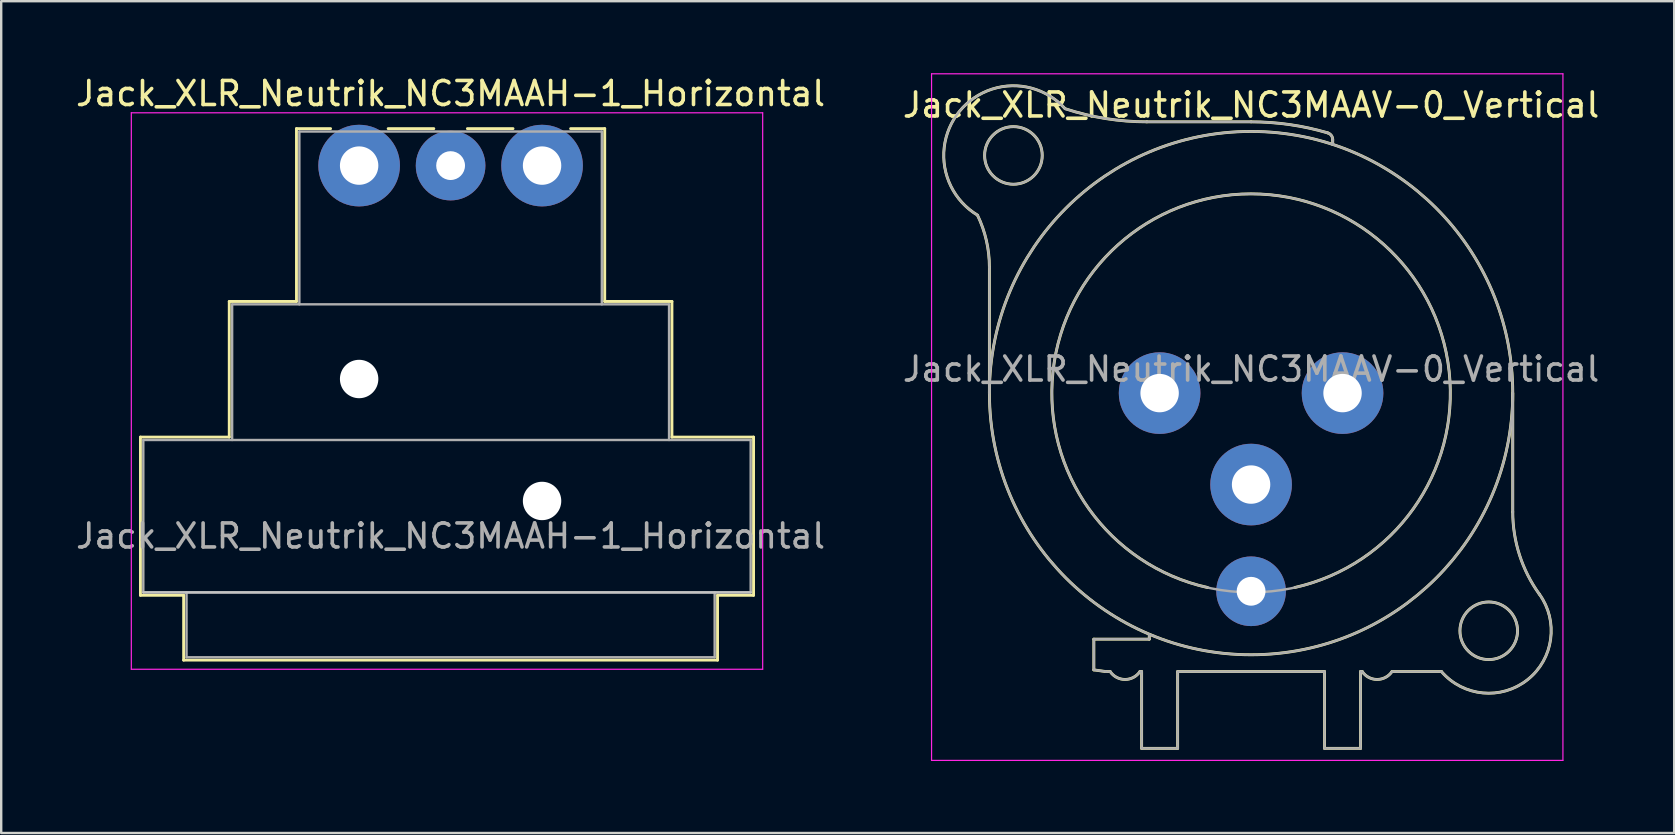
<source format=kicad_pcb>
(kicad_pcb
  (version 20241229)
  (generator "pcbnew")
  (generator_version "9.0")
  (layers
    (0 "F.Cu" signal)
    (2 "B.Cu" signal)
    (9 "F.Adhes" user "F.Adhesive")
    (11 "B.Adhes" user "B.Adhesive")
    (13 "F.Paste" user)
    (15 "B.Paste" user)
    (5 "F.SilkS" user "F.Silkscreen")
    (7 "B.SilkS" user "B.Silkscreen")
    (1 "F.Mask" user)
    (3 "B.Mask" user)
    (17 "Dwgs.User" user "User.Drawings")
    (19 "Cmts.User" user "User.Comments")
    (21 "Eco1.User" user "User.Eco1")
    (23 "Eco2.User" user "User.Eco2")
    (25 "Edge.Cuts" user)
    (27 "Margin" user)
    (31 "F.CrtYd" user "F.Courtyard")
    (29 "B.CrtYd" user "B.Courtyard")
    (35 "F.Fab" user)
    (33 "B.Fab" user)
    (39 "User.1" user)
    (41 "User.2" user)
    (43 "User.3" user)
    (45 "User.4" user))
  (footprint "Jack_XLR_Neutrik_NC3MAAH-1_Horizontal"
    (layer "F.Cu")
    (at 11.91 3.848)
    (property "Reference" "Jack_XLR_Neutrik_NC3MAAH-1_Horizontal" (at 3.81 -3 0) (layer "F.SilkS") (effects (font (size 1 1) (thickness 0.15))))
    (attr through_hole)
    (fp_line (start -9.11 11.31) (end -5.41 11.31) (stroke (width 0.12) (type solid)) (layer "F.SilkS"))
    (fp_line (start -9.11 17.9) (end -9.11 11.31) (stroke (width 0.12) (type solid)) (layer "F.SilkS"))
    (fp_line (start -7.31 17.9) (end -9.11 17.9) (stroke (width 0.12) (type solid)) (layer "F.SilkS"))
    (fp_line (start -7.31 17.9) (end -7.31 20.6) (stroke (width 0.12) (type solid)) (layer "F.SilkS"))
    (fp_line (start -5.41 11.31) (end -5.41 5.66) (stroke (width 0.12) (type solid)) (layer "F.SilkS"))
    (fp_line (start -2.61 5.66) (end -5.41 5.66) (stroke (width 0.12) (type solid)) (layer "F.SilkS"))
    (fp_line (start -2.61 5.66) (end -2.61 -1.54) (stroke (width 0.12) (type solid)) (layer "F.SilkS"))
    (fp_line (start -1.19 -1.54) (end -2.61 -1.54) (stroke (width 0.12) (type solid)) (layer "F.SilkS"))
    (fp_line (start 3.11 -1.54) (end 1.21 -1.54) (stroke (width 0.12) (type solid)) (layer "F.SilkS"))
    (fp_line (start 4.51 -1.54) (end 6.41 -1.54) (stroke (width 0.12) (type solid)) (layer "F.SilkS"))
    (fp_line (start 10.23 -1.54) (end 8.81 -1.54) (stroke (width 0.12) (type solid)) (layer "F.SilkS"))
    (fp_line (start 10.23 5.66) (end 10.23 -1.54) (stroke (width 0.12) (type solid)) (layer "F.SilkS"))
    (fp_line (start 10.23 5.66) (end 13.03 5.66) (stroke (width 0.12) (type solid)) (layer "F.SilkS"))
    (fp_line (start 13.03 11.31) (end 13.03 5.66) (stroke (width 0.12) (type solid)) (layer "F.SilkS"))
    (fp_line (start 13.03 11.31) (end 16.43 11.31) (stroke (width 0.12) (type solid)) (layer "F.SilkS"))
    (fp_line (start 14.93 17.9) (end 14.93 20.6) (stroke (width 0.12) (type solid)) (layer "F.SilkS"))
    (fp_line (start 14.93 20.6) (end -7.31 20.6) (stroke (width 0.12) (type solid)) (layer "F.SilkS"))
    (fp_line (start 16.43 17.9) (end 14.93 17.9) (stroke (width 0.12) (type solid)) (layer "F.SilkS"))
    (fp_line (start 16.43 17.9) (end 16.43 11.31) (stroke (width 0.12) (type solid)) (layer "F.SilkS"))
    (fp_line (start 16.31 17.78) (end -8.99 17.78) (stroke (width 0.1) (type solid)) (layer "Dwgs.User"))
    (fp_line (start -9.49 20.98) (end -9.49 -2.2) (stroke (width 0.05) (type solid)) (layer "F.CrtYd"))
    (fp_line (start 16.81 -2.2) (end -9.49 -2.2) (stroke (width 0.05) (type solid)) (layer "F.CrtYd"))
    (fp_line (start 16.81 20.98) (end -9.49 20.98) (stroke (width 0.05) (type solid)) (layer "F.CrtYd"))
    (fp_line (start 16.81 20.98) (end 16.81 -2.2) (stroke (width 0.05) (type solid)) (layer "F.CrtYd"))
    (fp_line (start -8.99 11.43) (end 16.31 11.43) (stroke (width 0.1) (type solid)) (layer "F.Fab"))
    (fp_line (start -8.99 17.78) (end -8.99 11.43) (stroke (width 0.1) (type solid)) (layer "F.Fab"))
    (fp_line (start -7.19 20.48) (end -7.19 17.78) (stroke (width 0.1) (type solid)) (layer "F.Fab"))
    (fp_line (start -5.29 5.78) (end -5.29 11.43) (stroke (width 0.1) (type solid)) (layer "F.Fab"))
    (fp_line (start -5.29 5.78) (end 12.91 5.78) (stroke (width 0.1) (type solid)) (layer "F.Fab"))
    (fp_line (start -2.49 5.78) (end -2.49 -1.42) (stroke (width 0.1) (type solid)) (layer "F.Fab"))
    (fp_line (start 10.11 -1.42) (end -2.49 -1.42) (stroke (width 0.1) (type solid)) (layer "F.Fab"))
    (fp_line (start 10.11 5.78) (end 10.11 -1.42) (stroke (width 0.1) (type solid)) (layer "F.Fab"))
    (fp_line (start 12.91 11.43) (end 12.91 5.78) (stroke (width 0.1) (type solid)) (layer "F.Fab"))
    (fp_line (start 14.81 17.78) (end 14.81 20.48) (stroke (width 0.1) (type solid)) (layer "F.Fab"))
    (fp_line (start 14.81 20.48) (end -7.19 20.48) (stroke (width 0.1) (type solid)) (layer "F.Fab"))
    (fp_line (start 16.31 11.43) (end 16.31 17.78) (stroke (width 0.1) (type solid)) (layer "F.Fab"))
    (fp_line (start 16.31 17.78) (end -8.99 17.78) (stroke (width 0.1) (type solid)) (layer "F.Fab"))
    (fp_text user "${REFERENCE}" (at 3.81 15.43 0) (layer "F.Fab") (effects (font (size 1 1) (thickness 0.15))))
    (pad "" np_thru_hole circle (at 0 8.89) (size 1.6 1.6) (drill 1.6) (layers "*.Cu" "*.Mask"))
    (pad "" np_thru_hole circle (at 7.62 13.97) (size 1.6 1.6) (drill 1.6) (layers "*.Cu" "*.Mask"))
    (pad "1" thru_hole circle (at 0 0) (size 3.4 3.4) (drill 1.6) (layers "*.Cu" "*.Mask"))
    (pad "2" thru_hole circle (at 7.62 0) (size 3.4 3.4) (drill 1.6) (layers "*.Cu" "*.Mask"))
    (pad "3" thru_hole circle (at 3.81 0) (size 2.9 2.9) (drill 1.2) (layers "*.Cu" "*.Mask")))
  (footprint "Jack_XLR_Neutrik_NC3MAAV-0_Vertical"
    (layer "F.Cu")
    (at 45.255 13.325)
    (property "Reference" "Jack_XLR_Neutrik_NC3MAAV-0_Vertical" (at 3.81 -12 0) (layer "F.SilkS") (effects (font (size 1 1) (thickness 0.15))))
    (attr through_hole)
    (fp_line (start -7.09 -5.24) (end -7.09 0) (stroke (width 0.12) (type solid)) (layer "F.SilkS"))
    (fp_line (start -2.74 11.53) (end -2.74 10.25) (stroke (width 0.12) (type solid)) (layer "F.SilkS"))
    (fp_line (start -2.74 11.53) (end -2.24 11.6) (stroke (width 0.12) (type solid)) (layer "F.SilkS"))
    (fp_line (start -2.24 11.6) (end -2.06 11.6) (stroke (width 0.12) (type solid)) (layer "F.SilkS"))
    (fp_line (start -0.75 11.6) (end -0.82 11.6) (stroke (width 0.12) (type solid)) (layer "F.SilkS"))
    (fp_line (start -0.75 11.6) (end -0.75 14.8) (stroke (width 0.12) (type solid)) (layer "F.SilkS"))
    (fp_line (start -0.43 10.25) (end -2.74 10.25) (stroke (width 0.12) (type solid)) (layer "F.SilkS"))
    (fp_line (start -0.43 10.25) (end -0.43 10.05) (stroke (width 0.12) (type solid)) (layer "F.SilkS"))
    (fp_line (start 0.75 11.6) (end 0.75 14.8) (stroke (width 0.12) (type solid)) (layer "F.SilkS"))
    (fp_line (start 0.75 11.6) (end 6.87 11.6) (stroke (width 0.12) (type solid)) (layer "F.SilkS"))
    (fp_line (start 0.75 14.8) (end -0.75 14.8) (stroke (width 0.12) (type solid)) (layer "F.SilkS"))
    (fp_line (start 3.81 -11.3) (end -0.53 -11.3) (stroke (width 0.12) (type solid)) (layer "F.SilkS"))
    (fp_line (start 6.87 11.6) (end 6.87 14.8) (stroke (width 0.12) (type solid)) (layer "F.SilkS"))
    (fp_line (start 7.21 -10.36) (end 7.21 -10.55) (stroke (width 0.12) (type solid)) (layer "F.SilkS"))
    (fp_line (start 8.37 11.6) (end 8.37 14.8) (stroke (width 0.12) (type solid)) (layer "F.SilkS"))
    (fp_line (start 8.37 11.6) (end 8.44 11.6) (stroke (width 0.12) (type solid)) (layer "F.SilkS"))
    (fp_line (start 8.37 14.8) (end 6.87 14.8) (stroke (width 0.12) (type solid)) (layer "F.SilkS"))
    (fp_line (start 9.68 11.6) (end 11.74 11.6) (stroke (width 0.12) (type solid)) (layer "F.SilkS"))
    (fp_line (start 14.71 4.95) (end 14.71 0) (stroke (width 0.12) (type solid)) (layer "F.SilkS"))
    (fp_arc (start -7.588965 -7.414421) (mid -8.331551 -11.74403) (end -3.94 -11.85) (stroke (width 0.12) (type solid)) (layer "F.SilkS"))
    (fp_arc (start -7.584615 -7.408295) (mid -7.215222 -6.351997) (end -7.09 -5.24) (stroke (width 0.12) (type solid)) (layer "F.SilkS"))
    (fp_arc (start -0.820521 11.600769) (mid -1.440464 11.928866) (end -2.06 11.6) (stroke (width 0.12) (type solid)) (layer "F.SilkS"))
    (fp_arc (start -0.53 -11.3) (mid -2.253923 -11.43719) (end -3.934451 -11.845305) (stroke (width 0.12) (type solid)) (layer "F.SilkS"))
    (fp_arc (start 2 8.1) (mid 3.802206 -8.299761) (end 5.635209 8.096586) (stroke (width 0.12) (type solid)) (layer "F.SilkS"))
    (fp_arc (start 3.81 -11.3) (mid 5.421707 -11.184471) (end 7.000458 -10.840248) (stroke (width 0.12) (type solid)) (layer "F.SilkS"))
    (fp_arc (start 7.004232 -10.837678) (mid 7.156013 -10.728814) (end 7.21 -10.55) (stroke (width 0.12) (type solid)) (layer "F.SilkS"))
    (fp_arc (start 9.679479 11.600769) (mid 9.059536 11.928866) (end 8.44 11.6) (stroke (width 0.12) (type solid)) (layer "F.SilkS"))
    (fp_arc (start 15.815277 8.372002) (mid 14.993173 6.748036) (end 14.71 4.95) (stroke (width 0.12) (type solid)) (layer "F.SilkS"))
    (fp_arc (start 15.815343 8.370807) (mid 15.326014 11.93946) (end 11.74 11.6) (stroke (width 0.12) (type solid)) (layer "F.SilkS"))
    (fp_circle (center -6.09 -9.9) (end -4.89 -9.9) (stroke (width 0.12) (type solid)) (fill no) (layer "F.SilkS"))
    (fp_circle (center 3.81 0) (end 14.71 0) (stroke (width 0.12) (type solid)) (fill no) (layer "F.SilkS"))
    (fp_circle (center 13.71 9.9) (end 14.91 9.9) (stroke (width 0.12) (type solid)) (fill no) (layer "F.SilkS"))
    (fp_line (start -9.5 -13.3) (end 16.8 -13.3) (stroke (width 0.05) (type solid)) (layer "F.CrtYd"))
    (fp_line (start -9.5 15.3) (end -9.5 -13.3) (stroke (width 0.05) (type solid)) (layer "F.CrtYd"))
    (fp_line (start 16.8 -13.3) (end 16.8 15.3) (stroke (width 0.05) (type solid)) (layer "F.CrtYd"))
    (fp_line (start 16.8 15.3) (end -9.5 15.3) (stroke (width 0.05) (type solid)) (layer "F.CrtYd"))
    (fp_line (start -7.09 -5.24) (end -7.09 0) (stroke (width 0.1) (type solid)) (layer "F.Fab"))
    (fp_line (start -2.74 11.53) (end -2.74 10.25) (stroke (width 0.1) (type solid)) (layer "F.Fab"))
    (fp_line (start -2.74 11.53) (end -2.24 11.6) (stroke (width 0.1) (type solid)) (layer "F.Fab"))
    (fp_line (start -2.24 11.6) (end -2.06 11.6) (stroke (width 0.1) (type solid)) (layer "F.Fab"))
    (fp_line (start -0.75 11.6) (end -0.82 11.6) (stroke (width 0.1) (type solid)) (layer "F.Fab"))
    (fp_line (start -0.75 11.6) (end -0.75 14.8) (stroke (width 0.1) (type solid)) (layer "F.Fab"))
    (fp_line (start -0.43 10.25) (end -2.74 10.25) (stroke (width 0.1) (type solid)) (layer "F.Fab"))
    (fp_line (start -0.43 10.25) (end -0.43 10.05) (stroke (width 0.1) (type solid)) (layer "F.Fab"))
    (fp_line (start 0.75 11.6) (end 0.75 14.8) (stroke (width 0.1) (type solid)) (layer "F.Fab"))
    (fp_line (start 0.75 11.6) (end 6.87 11.6) (stroke (width 0.1) (type solid)) (layer "F.Fab"))
    (fp_line (start 0.75 14.8) (end -0.75 14.8) (stroke (width 0.1) (type solid)) (layer "F.Fab"))
    (fp_line (start 3.81 -11.3) (end -0.53 -11.3) (stroke (width 0.1) (type solid)) (layer "F.Fab"))
    (fp_line (start 6.87 11.6) (end 6.87 14.8) (stroke (width 0.1) (type solid)) (layer "F.Fab"))
    (fp_line (start 7.21 -10.36) (end 7.21 -10.55) (stroke (width 0.1) (type solid)) (layer "F.Fab"))
    (fp_line (start 8.37 11.6) (end 8.37 14.8) (stroke (width 0.1) (type solid)) (layer "F.Fab"))
    (fp_line (start 8.37 11.6) (end 8.44 11.6) (stroke (width 0.1) (type solid)) (layer "F.Fab"))
    (fp_line (start 8.37 14.8) (end 6.87 14.8) (stroke (width 0.1) (type solid)) (layer "F.Fab"))
    (fp_line (start 9.68 11.6) (end 11.74 11.6) (stroke (width 0.1) (type solid)) (layer "F.Fab"))
    (fp_line (start 14.71 4.95) (end 14.71 0) (stroke (width 0.1) (type solid)) (layer "F.Fab"))
    (fp_arc (start -7.588965 -7.414421) (mid -8.331551 -11.74403) (end -3.94 -11.85) (stroke (width 0.1) (type solid)) (layer "F.Fab"))
    (fp_arc (start -7.584615 -7.408295) (mid -7.215222 -6.351997) (end -7.09 -5.24) (stroke (width 0.1) (type solid)) (layer "F.Fab"))
    (fp_arc (start -0.820521 11.600769) (mid -1.440464 11.928866) (end -2.06 11.6) (stroke (width 0.1) (type solid)) (layer "F.Fab"))
    (fp_arc (start -0.53 -11.3) (mid -2.253923 -11.43719) (end -3.934451 -11.845305) (stroke (width 0.1) (type solid)) (layer "F.Fab"))
    (fp_arc (start 3.81 -11.3) (mid 5.421707 -11.184471) (end 7.000458 -10.840248) (stroke (width 0.1) (type solid)) (layer "F.Fab"))
    (fp_arc (start 7.004232 -10.837678) (mid 7.156013 -10.728814) (end 7.21 -10.55) (stroke (width 0.1) (type solid)) (layer "F.Fab"))
    (fp_arc (start 9.679479 11.600769) (mid 9.059536 11.928866) (end 8.44 11.6) (stroke (width 0.1) (type solid)) (layer "F.Fab"))
    (fp_arc (start 15.815277 8.372002) (mid 14.993173 6.748036) (end 14.71 4.95) (stroke (width 0.1) (type solid)) (layer "F.Fab"))
    (fp_arc (start 15.815343 8.370807) (mid 15.326014 11.93946) (end 11.74 11.6) (stroke (width 0.1) (type solid)) (layer "F.Fab"))
    (fp_circle (center -6.09 -9.9) (end -4.89 -9.9) (stroke (width 0.1) (type solid)) (fill no) (layer "F.Fab"))
    (fp_circle (center 3.81 0) (end 12.11 0) (stroke (width 0.1) (type solid)) (fill no) (layer "F.Fab"))
    (fp_circle (center 3.81 0) (end 14.71 0) (stroke (width 0.1) (type solid)) (fill no) (layer "F.Fab"))
    (fp_circle (center 13.71 9.9) (end 14.91 9.9) (stroke (width 0.1) (type solid)) (fill no) (layer "F.Fab"))
    (fp_text user "${REFERENCE}" (at 3.81 -1 0) (layer "F.Fab") (effects (font (size 1 1) (thickness 0.15))))
    (pad "1" thru_hole circle (at 0 0) (size 3.4 3.4) (drill 1.6) (layers "*.Cu" "*.Mask"))
    (pad "2" thru_hole circle (at 7.62 0) (size 3.4 3.4) (drill 1.6) (layers "*.Cu" "*.Mask"))
    (pad "3" thru_hole circle (at 3.81 3.81) (size 3.4 3.4) (drill 1.6) (layers "*.Cu" "*.Mask"))
    (pad "G" thru_hole circle (at 3.81 8.255) (size 2.9 2.9) (drill 1.2) (layers "*.Cu" "*.Mask")))
  (gr_rect
    (start -3 -3)
    (end 66.69 31.65)
    (stroke (width 0.1) (type default))
    (fill no)
    (layer "Edge.Cuts")))
</source>
